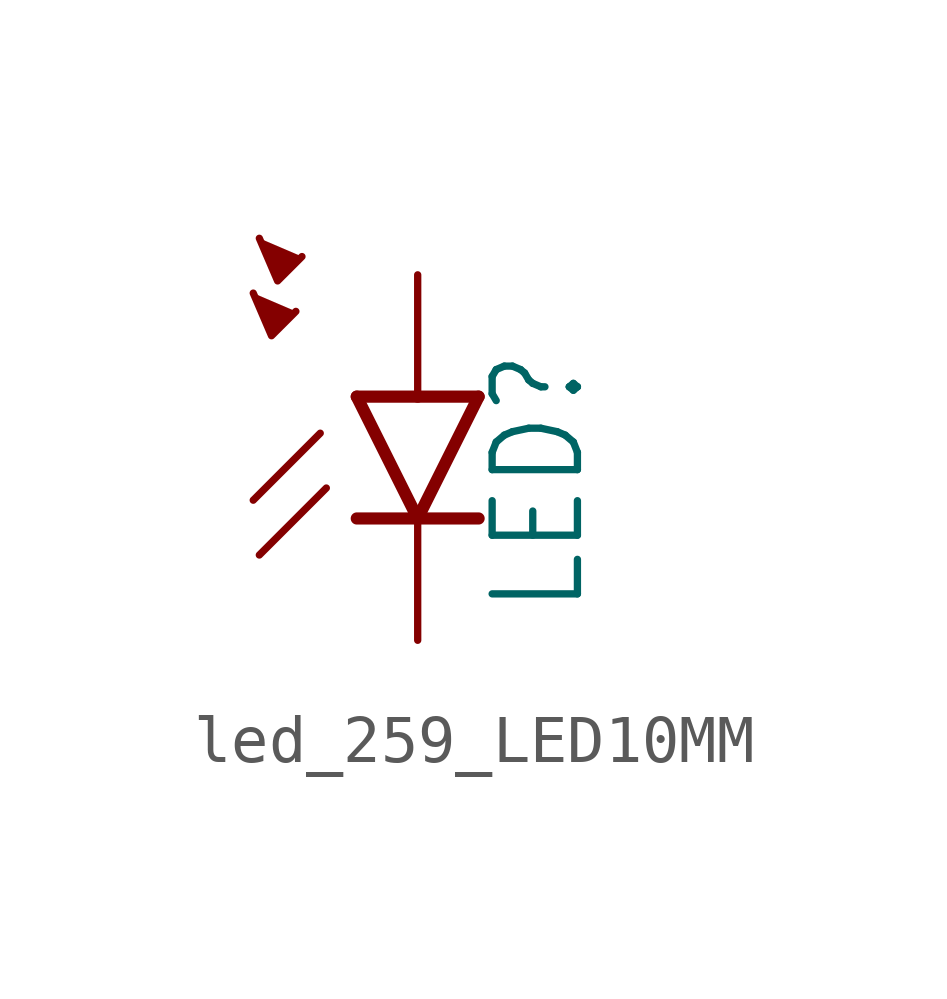
<source format=kicad_sym>
(kicad_symbol_lib
  (version 20241209)
  (generator "kicad_symbol_editor")
  (generator_version "9.0")
  (symbol "led_259_LED10MM"
    (property "Reference" "LED"
      (at 3.556 -4.572 90)
      (effects (font (size 1.778 1.511)) (justify left bottom)))
    (property "Value" ""
      (at 5.715 -4.572 90)
      (effects (font (size 1.778 1.511)) (justify left bottom)))
    (property "ki_locked" ""
      (at 0 0 0)
      (effects (font (size 1.27 1.27))))
    (symbol "led_259_LED10MM_1_0"
      (polyline (pts (xy -3.429 2.159) (xy -3.048 1.27) (xy -2.54 1.778)) (stroke (width 0.152) (type solid)) (fill (type outline)))
      (polyline (pts (xy -3.302 3.302) (xy -2.921 2.413) (xy -2.413 2.921)) (stroke (width 0.152) (type solid)) (fill (type outline)))
      (polyline (pts (xy -2.032 -0.762) (xy -3.429 -2.159)) (stroke (width 0.152) (type solid)) (fill (type none)))
      (polyline (pts (xy -1.905 -1.905) (xy -3.302 -3.302)) (stroke (width 0.152) (type solid)) (fill (type none)))
      (polyline (pts (xy 0 0) (xy -1.27 0)) (stroke (width 0.254) (type solid)) (fill (type none)))
      (polyline (pts (xy 0 -2.54) (xy -1.27 0)) (stroke (width 0.254) (type solid)) (fill (type none)))
      (polyline (pts (xy 0 -2.54) (xy -1.27 -2.54)) (stroke (width 0.254) (type solid)) (fill (type none)))
      (polyline (pts (xy 1.27 0) (xy 0 0)) (stroke (width 0.254) (type solid)) (fill (type none)))
      (polyline (pts (xy 1.27 0) (xy 0 -2.54)) (stroke (width 0.254) (type solid)) (fill (type none)))
      (polyline (pts (xy 1.27 -2.54) (xy 0 -2.54)) (stroke (width 0.254) (type solid)) (fill (type none)))
      (pin passive line (at 0 2.54 270) (length 2.54) (name "A" (effects (font (size 0 0)))) (number "A" (effects (font (size 0 0)))))
      (pin passive line (at 0 -5.08 90) (length 2.54) (name "C" (effects (font (size 0 0)))) (number "K" (effects (font (size 0 0))))))))
</source>
